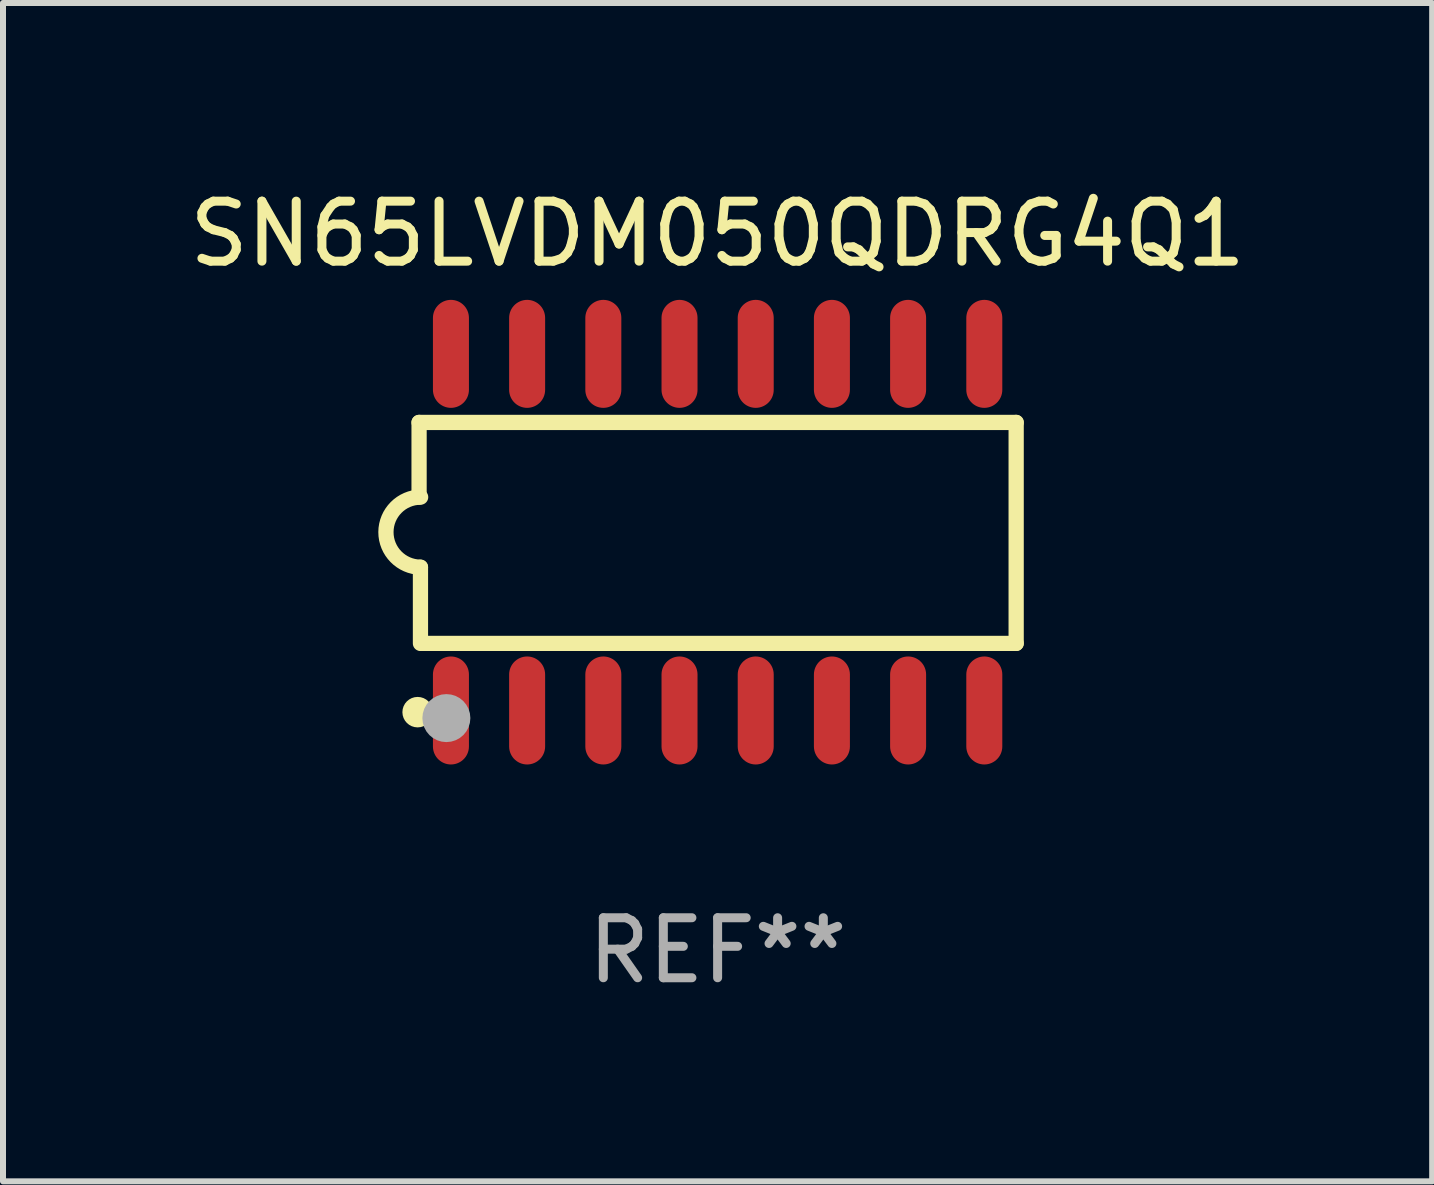
<source format=kicad_pcb>
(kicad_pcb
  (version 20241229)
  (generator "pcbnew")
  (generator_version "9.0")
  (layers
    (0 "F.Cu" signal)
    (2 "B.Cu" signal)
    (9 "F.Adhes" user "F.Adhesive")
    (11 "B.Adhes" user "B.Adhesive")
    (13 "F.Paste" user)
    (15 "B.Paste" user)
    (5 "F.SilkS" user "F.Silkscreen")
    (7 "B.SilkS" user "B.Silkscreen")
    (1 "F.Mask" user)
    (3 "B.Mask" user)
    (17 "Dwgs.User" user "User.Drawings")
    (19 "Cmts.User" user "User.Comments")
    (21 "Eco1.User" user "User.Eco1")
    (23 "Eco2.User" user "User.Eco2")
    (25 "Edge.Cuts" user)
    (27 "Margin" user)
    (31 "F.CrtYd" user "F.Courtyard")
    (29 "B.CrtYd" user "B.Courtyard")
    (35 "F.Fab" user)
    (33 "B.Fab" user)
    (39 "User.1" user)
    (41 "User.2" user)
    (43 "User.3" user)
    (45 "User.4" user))
  (footprint "SN65LVDM050QDRG4Q1"
    (layer "F.Cu")
    (at 8.911 5.82)
    (property "Reference" "SN65LVDM050QDRG4Q1" (at 0 -4.972 0) (layer "F.SilkS") (effects (font (size 1 1) (thickness 0.15))))
    (attr through_hole)
    (fp_line (start -4.976 -1.829) (end -4.976 -0.584) (stroke (width 0.254) (type solid)) (layer "F.SilkS"))
    (fp_line (start -4.953 0.584) (end -4.953 1.854) (stroke (width 0.254) (type solid)) (layer "F.SilkS"))
    (fp_line (start -4.928 1.854) (end 4.976 1.854) (stroke (width 0.254) (type solid)) (layer "F.SilkS"))
    (fp_line (start 4.976 -1.829) (end -4.976 -1.829) (stroke (width 0.254) (type solid)) (layer "F.SilkS"))
    (fp_line (start 4.976 1.854) (end 4.976 -1.829) (stroke (width 0.254) (type solid)) (layer "F.SilkS"))
    (fp_arc (start -4.95301 0.584201) (mid -5.533866 -0.00152) (end -4.950088 -0.584329) (stroke (width 0.254001) (type solid)) (layer "F.SilkS"))
    (fp_circle (center -5 3) (end -4.873 3) (stroke (width 0.254) (type solid)) (fill no) (layer "F.SilkS"))
    (fp_circle (center -4.521 3.099) (end -4.321 3.099) (stroke (width 0.4) (type solid)) (fill no) (layer "F.Fab"))
    (fp_text user "REF**" (at 0 6.972 0) (layer "F.Fab") (effects (font (size 1 1) (thickness 0.15))))
    (pad "1" smd oval (at -4.445 2.972 180) (size 0.6 1.8) (layers "F.Cu" "F.Mask" "F.Paste"))
    (pad "2" smd oval (at -3.175 2.972 180) (size 0.6 1.8) (layers "F.Cu" "F.Mask" "F.Paste"))
    (pad "3" smd oval (at -1.905 2.972 180) (size 0.6 1.8) (layers "F.Cu" "F.Mask" "F.Paste"))
    (pad "4" smd oval (at -0.635 2.972 180) (size 0.6 1.8) (layers "F.Cu" "F.Mask" "F.Paste"))
    (pad "5" smd oval (at 0.635 2.972 180) (size 0.6 1.8) (layers "F.Cu" "F.Mask" "F.Paste"))
    (pad "6" smd oval (at 1.905 2.972 180) (size 0.6 1.8) (layers "F.Cu" "F.Mask" "F.Paste"))
    (pad "7" smd oval (at 3.175 2.972 180) (size 0.6 1.8) (layers "F.Cu" "F.Mask" "F.Paste"))
    (pad "8" smd oval (at 4.445 2.972 180) (size 0.6 1.8) (layers "F.Cu" "F.Mask" "F.Paste"))
    (pad "9" smd oval (at 4.445 -2.972 180) (size 0.6 1.8) (layers "F.Cu" "F.Mask" "F.Paste"))
    (pad "10" smd oval (at 3.175 -2.972 180) (size 0.6 1.8) (layers "F.Cu" "F.Mask" "F.Paste"))
    (pad "11" smd oval (at 1.905 -2.972 180) (size 0.6 1.8) (layers "F.Cu" "F.Mask" "F.Paste"))
    (pad "12" smd oval (at 0.635 -2.972 180) (size 0.6 1.8) (layers "F.Cu" "F.Mask" "F.Paste"))
    (pad "13" smd oval (at -0.635 -2.972 180) (size 0.6 1.8) (layers "F.Cu" "F.Mask" "F.Paste"))
    (pad "14" smd oval (at -1.905 -2.972 180) (size 0.6 1.8) (layers "F.Cu" "F.Mask" "F.Paste"))
    (pad "15" smd oval (at -3.175 -2.972 180) (size 0.6 1.8) (layers "F.Cu" "F.Mask" "F.Paste"))
    (pad "16" smd oval (at -4.445 -2.972 180) (size 0.6 1.8) (layers "F.Cu" "F.Mask" "F.Paste")))
  (gr_rect
    (start -3 -3)
    (end 20.821 16.64)
    (stroke (width 0.1) (type default))
    (fill no)
    (layer "Edge.Cuts")))
</source>
